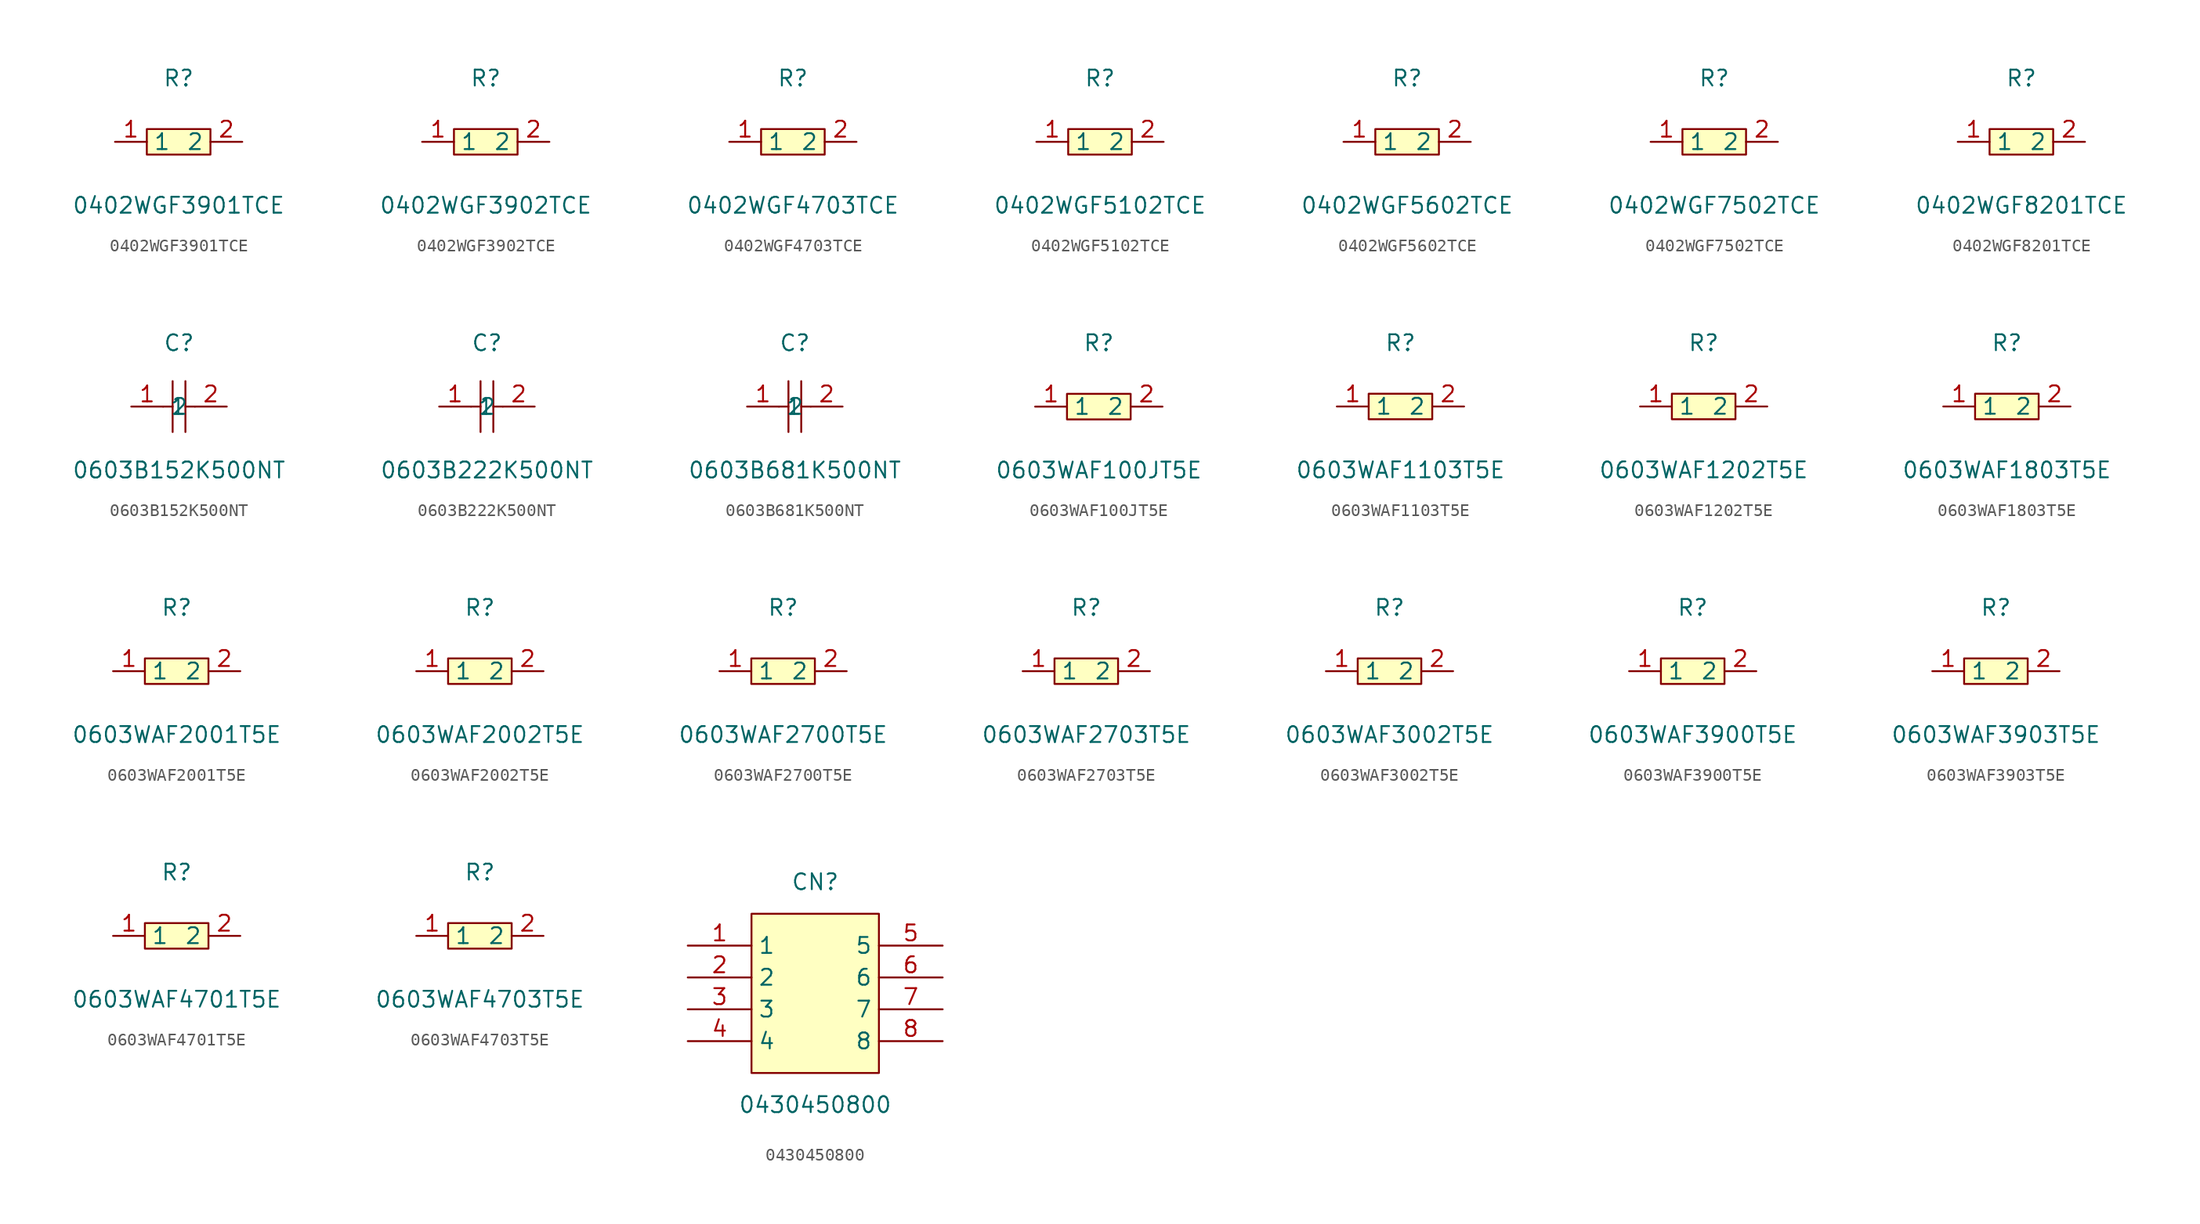
<source format=kicad_sym>
(kicad_symbol_lib
  (version 20231120)
  (generator "kicad_symbol_editor")
  (generator_version "8.0")
  (symbol "0402WGF3901TCE"
    (property "Reference" "R"
      (at 0 5.08 0)
      (effects (font (size 1.27 1.27))))
    (property "Value" "0402WGF3901TCE"
      (at 0 -5.08 0)
      (effects (font (size 1.27 1.27))))
    (symbol "0402WGF3901TCE_0_1"
      (rectangle (start -2.54 1.02) (end 2.54 -1.02) (stroke (width 0) (type default)) (fill (type background)))
      (pin input line (at -5.08 0 0) (length 2.54) (name "1" (effects (font (size 1.27 1.27)))) (number "1" (effects (font (size 1.27 1.27)))))
      (pin input line (at 5.08 0 180) (length 2.54) (name "2" (effects (font (size 1.27 1.27)))) (number "2" (effects (font (size 1.27 1.27)))))))
  (symbol "0402WGF3902TCE"
    (property "Reference" "R"
      (at 0 5.08 0)
      (effects (font (size 1.27 1.27))))
    (property "Value" "0402WGF3902TCE"
      (at 0 -5.08 0)
      (effects (font (size 1.27 1.27))))
    (symbol "0402WGF3902TCE_0_1"
      (rectangle (start -2.54 1.02) (end 2.54 -1.02) (stroke (width 0) (type default)) (fill (type background)))
      (pin input line (at -5.08 0 0) (length 2.54) (name "1" (effects (font (size 1.27 1.27)))) (number "1" (effects (font (size 1.27 1.27)))))
      (pin input line (at 5.08 0 180) (length 2.54) (name "2" (effects (font (size 1.27 1.27)))) (number "2" (effects (font (size 1.27 1.27)))))))
  (symbol "0402WGF4703TCE"
    (property "Reference" "R"
      (at 0 5.08 0)
      (effects (font (size 1.27 1.27))))
    (property "Value" "0402WGF4703TCE"
      (at 0 -5.08 0)
      (effects (font (size 1.27 1.27))))
    (symbol "0402WGF4703TCE_0_1"
      (rectangle (start -2.54 1.02) (end 2.54 -1.02) (stroke (width 0) (type default)) (fill (type background)))
      (pin input line (at -5.08 0 0) (length 2.54) (name "1" (effects (font (size 1.27 1.27)))) (number "1" (effects (font (size 1.27 1.27)))))
      (pin input line (at 5.08 0 180) (length 2.54) (name "2" (effects (font (size 1.27 1.27)))) (number "2" (effects (font (size 1.27 1.27)))))))
  (symbol "0402WGF5102TCE"
    (property "Reference" "R"
      (at 0 5.08 0)
      (effects (font (size 1.27 1.27))))
    (property "Value" "0402WGF5102TCE"
      (at 0 -5.08 0)
      (effects (font (size 1.27 1.27))))
    (symbol "0402WGF5102TCE_0_1"
      (rectangle (start -2.54 1.02) (end 2.54 -1.02) (stroke (width 0) (type default)) (fill (type background)))
      (pin input line (at -5.08 0 0) (length 2.54) (name "1" (effects (font (size 1.27 1.27)))) (number "1" (effects (font (size 1.27 1.27)))))
      (pin input line (at 5.08 0 180) (length 2.54) (name "2" (effects (font (size 1.27 1.27)))) (number "2" (effects (font (size 1.27 1.27)))))))
  (symbol "0402WGF5602TCE"
    (property "Reference" "R"
      (at 0 5.08 0)
      (effects (font (size 1.27 1.27))))
    (property "Value" "0402WGF5602TCE"
      (at 0 -5.08 0)
      (effects (font (size 1.27 1.27))))
    (symbol "0402WGF5602TCE_0_1"
      (rectangle (start -2.54 1.02) (end 2.54 -1.02) (stroke (width 0) (type default)) (fill (type background)))
      (pin input line (at -5.08 0 0) (length 2.54) (name "1" (effects (font (size 1.27 1.27)))) (number "1" (effects (font (size 1.27 1.27)))))
      (pin input line (at 5.08 0 180) (length 2.54) (name "2" (effects (font (size 1.27 1.27)))) (number "2" (effects (font (size 1.27 1.27)))))))
  (symbol "0402WGF7502TCE"
    (property "Reference" "R"
      (at 0 5.08 0)
      (effects (font (size 1.27 1.27))))
    (property "Value" "0402WGF7502TCE"
      (at 0 -5.08 0)
      (effects (font (size 1.27 1.27))))
    (symbol "0402WGF7502TCE_0_1"
      (rectangle (start -2.54 1.02) (end 2.54 -1.02) (stroke (width 0) (type default)) (fill (type background)))
      (pin input line (at -5.08 0 0) (length 2.54) (name "1" (effects (font (size 1.27 1.27)))) (number "1" (effects (font (size 1.27 1.27)))))
      (pin input line (at 5.08 0 180) (length 2.54) (name "2" (effects (font (size 1.27 1.27)))) (number "2" (effects (font (size 1.27 1.27)))))))
  (symbol "0402WGF8201TCE"
    (property "Reference" "R"
      (at 0 5.08 0)
      (effects (font (size 1.27 1.27))))
    (property "Value" "0402WGF8201TCE"
      (at 0 -5.08 0)
      (effects (font (size 1.27 1.27))))
    (symbol "0402WGF8201TCE_0_1"
      (rectangle (start -2.54 1.02) (end 2.54 -1.02) (stroke (width 0) (type default)) (fill (type background)))
      (pin input line (at -5.08 0 0) (length 2.54) (name "1" (effects (font (size 1.27 1.27)))) (number "1" (effects (font (size 1.27 1.27)))))
      (pin input line (at 5.08 0 180) (length 2.54) (name "2" (effects (font (size 1.27 1.27)))) (number "2" (effects (font (size 1.27 1.27)))))))
  (symbol "0603B152K500NT"
    (property "Reference" "C"
      (at 0 5.08 0)
      (effects (font (size 1.27 1.27))))
    (property "Value" "0603B152K500NT"
      (at 0 -5.08 0)
      (effects (font (size 1.27 1.27))))
    (symbol "0603B152K500NT_0_1"
      (polyline (pts (xy -1.27 0) (xy -0.51 0)) (stroke (width 0) (type default)) (fill (type none)))
      (polyline (pts (xy -0.51 2.03) (xy -0.51 -2.03)) (stroke (width 0) (type default)) (fill (type none)))
      (polyline (pts (xy 0.51 0) (xy 1.27 0)) (stroke (width 0) (type default)) (fill (type none)))
      (polyline (pts (xy 0.51 2.03) (xy 0.51 -2.03)) (stroke (width 0) (type default)) (fill (type none)))
      (pin input line (at -3.81 0 0) (length 2.54) (name "1" (effects (font (size 1.27 1.27)))) (number "1" (effects (font (size 1.27 1.27)))))
      (pin input line (at 3.81 0 180) (length 2.54) (name "2" (effects (font (size 1.27 1.27)))) (number "2" (effects (font (size 1.27 1.27)))))))
  (symbol "0603B222K500NT"
    (property "Reference" "C"
      (at 0 5.08 0)
      (effects (font (size 1.27 1.27))))
    (property "Value" "0603B222K500NT"
      (at 0 -5.08 0)
      (effects (font (size 1.27 1.27))))
    (symbol "0603B222K500NT_0_1"
      (polyline (pts (xy -1.27 0) (xy -0.51 0)) (stroke (width 0) (type default)) (fill (type none)))
      (polyline (pts (xy -0.51 2.03) (xy -0.51 -2.03)) (stroke (width 0) (type default)) (fill (type none)))
      (polyline (pts (xy 0.51 0) (xy 1.27 0)) (stroke (width 0) (type default)) (fill (type none)))
      (polyline (pts (xy 0.51 2.03) (xy 0.51 -2.03)) (stroke (width 0) (type default)) (fill (type none)))
      (pin input line (at -3.81 0 0) (length 2.54) (name "1" (effects (font (size 1.27 1.27)))) (number "1" (effects (font (size 1.27 1.27)))))
      (pin input line (at 3.81 0 180) (length 2.54) (name "2" (effects (font (size 1.27 1.27)))) (number "2" (effects (font (size 1.27 1.27)))))))
  (symbol "0603B681K500NT"
    (property "Reference" "C"
      (at 0 5.08 0)
      (effects (font (size 1.27 1.27))))
    (property "Value" "0603B681K500NT"
      (at 0 -5.08 0)
      (effects (font (size 1.27 1.27))))
    (symbol "0603B681K500NT_0_1"
      (polyline (pts (xy -1.27 0) (xy -0.51 0)) (stroke (width 0) (type default)) (fill (type none)))
      (polyline (pts (xy -0.51 2.03) (xy -0.51 -2.03)) (stroke (width 0) (type default)) (fill (type none)))
      (polyline (pts (xy 0.51 0) (xy 1.27 0)) (stroke (width 0) (type default)) (fill (type none)))
      (polyline (pts (xy 0.51 2.03) (xy 0.51 -2.03)) (stroke (width 0) (type default)) (fill (type none)))
      (pin input line (at -3.81 0 0) (length 2.54) (name "1" (effects (font (size 1.27 1.27)))) (number "1" (effects (font (size 1.27 1.27)))))
      (pin input line (at 3.81 0 180) (length 2.54) (name "2" (effects (font (size 1.27 1.27)))) (number "2" (effects (font (size 1.27 1.27)))))))
  (symbol "0603WAF100JT5E"
    (property "Reference" "R"
      (at 0 5.08 0)
      (effects (font (size 1.27 1.27))))
    (property "Value" "0603WAF100JT5E"
      (at 0 -5.08 0)
      (effects (font (size 1.27 1.27))))
    (symbol "0603WAF100JT5E_0_1"
      (rectangle (start -2.54 1.02) (end 2.54 -1.02) (stroke (width 0) (type default) (color 0 0 0 0)) (fill (type background)))
      (pin input line (at 5.08 -0.00 180) (length 2.54) (name "2" (effects (font (size 1.27 1.27)))) (number "2" (effects (font (size 1.27 1.27)))))
      (pin input line (at -5.08 -0.00 0) (length 2.54) (name "1" (effects (font (size 1.27 1.27)))) (number "1" (effects (font (size 1.27 1.27)))))))
  (symbol "0603WAF1103T5E"
    (property "Reference" "R"
      (at 0 5.08 0)
      (effects (font (size 1.27 1.27))))
    (property "Value" "0603WAF1103T5E"
      (at 0 -5.08 0)
      (effects (font (size 1.27 1.27))))
    (symbol "0603WAF1103T5E_0_1"
      (rectangle (start -2.54 1.02) (end 2.54 -1.02) (stroke (width 0) (type default)) (fill (type background)))
      (pin input line (at -5.08 0 0) (length 2.54) (name "1" (effects (font (size 1.27 1.27)))) (number "1" (effects (font (size 1.27 1.27)))))
      (pin input line (at 5.08 0 180) (length 2.54) (name "2" (effects (font (size 1.27 1.27)))) (number "2" (effects (font (size 1.27 1.27)))))))
  (symbol "0603WAF1202T5E"
    (property "Reference" "R"
      (at 0 5.08 0)
      (effects (font (size 1.27 1.27))))
    (property "Value" "0603WAF1202T5E"
      (at 0 -5.08 0)
      (effects (font (size 1.27 1.27))))
    (symbol "0603WAF1202T5E_0_1"
      (rectangle (start -2.54 1.02) (end 2.54 -1.02) (stroke (width 0) (type default)) (fill (type background)))
      (pin input line (at -5.08 0 0) (length 2.54) (name "1" (effects (font (size 1.27 1.27)))) (number "1" (effects (font (size 1.27 1.27)))))
      (pin input line (at 5.08 0 180) (length 2.54) (name "2" (effects (font (size 1.27 1.27)))) (number "2" (effects (font (size 1.27 1.27)))))))
  (symbol "0603WAF1803T5E"
    (property "Reference" "R"
      (at 0 5.08 0)
      (effects (font (size 1.27 1.27))))
    (property "Value" "0603WAF1803T5E"
      (at 0 -5.08 0)
      (effects (font (size 1.27 1.27))))
    (symbol "0603WAF1803T5E_0_1"
      (rectangle (start -2.54 1.02) (end 2.54 -1.02) (stroke (width 0) (type default)) (fill (type background)))
      (pin input line (at -5.08 0 0) (length 2.54) (name "1" (effects (font (size 1.27 1.27)))) (number "1" (effects (font (size 1.27 1.27)))))
      (pin input line (at 5.08 0 180) (length 2.54) (name "2" (effects (font (size 1.27 1.27)))) (number "2" (effects (font (size 1.27 1.27)))))))
  (symbol "0603WAF2001T5E"
    (property "Reference" "R"
      (at 0 5.08 0)
      (effects (font (size 1.27 1.27))))
    (property "Value" "0603WAF2001T5E"
      (at 0 -5.08 0)
      (effects (font (size 1.27 1.27))))
    (symbol "0603WAF2001T5E_0_1"
      (rectangle (start -2.54 1.02) (end 2.54 -1.02) (stroke (width 0) (type default)) (fill (type background)))
      (pin input line (at -5.08 0 0) (length 2.54) (name "1" (effects (font (size 1.27 1.27)))) (number "1" (effects (font (size 1.27 1.27)))))
      (pin input line (at 5.08 0 180) (length 2.54) (name "2" (effects (font (size 1.27 1.27)))) (number "2" (effects (font (size 1.27 1.27)))))))
  (symbol "0603WAF2002T5E"
    (property "Reference" "R"
      (at 0 5.08 0)
      (effects (font (size 1.27 1.27))))
    (property "Value" "0603WAF2002T5E"
      (at 0 -5.08 0)
      (effects (font (size 1.27 1.27))))
    (symbol "0603WAF2002T5E_0_1"
      (rectangle (start -2.54 1.02) (end 2.54 -1.02) (stroke (width 0) (type default)) (fill (type background)))
      (pin input line (at -5.08 0 0) (length 2.54) (name "1" (effects (font (size 1.27 1.27)))) (number "1" (effects (font (size 1.27 1.27)))))
      (pin input line (at 5.08 0 180) (length 2.54) (name "2" (effects (font (size 1.27 1.27)))) (number "2" (effects (font (size 1.27 1.27)))))))
  (symbol "0603WAF2700T5E"
    (property "Reference" "R"
      (at 0 5.08 0)
      (effects (font (size 1.27 1.27))))
    (property "Value" "0603WAF2700T5E"
      (at 0 -5.08 0)
      (effects (font (size 1.27 1.27))))
    (symbol "0603WAF2700T5E_0_1"
      (rectangle (start -2.54 1.02) (end 2.54 -1.02) (stroke (width 0) (type default)) (fill (type background)))
      (pin input line (at -5.08 0 0) (length 2.54) (name "1" (effects (font (size 1.27 1.27)))) (number "1" (effects (font (size 1.27 1.27)))))
      (pin input line (at 5.08 0 180) (length 2.54) (name "2" (effects (font (size 1.27 1.27)))) (number "2" (effects (font (size 1.27 1.27)))))))
  (symbol "0603WAF2703T5E"
    (property "Reference" "R"
      (at 0 5.08 0)
      (effects (font (size 1.27 1.27))))
    (property "Value" "0603WAF2703T5E"
      (at 0 -5.08 0)
      (effects (font (size 1.27 1.27))))
    (symbol "0603WAF2703T5E_0_1"
      (rectangle (start -2.54 1.02) (end 2.54 -1.02) (stroke (width 0) (type default)) (fill (type background)))
      (pin input line (at -5.08 0 0) (length 2.54) (name "1" (effects (font (size 1.27 1.27)))) (number "1" (effects (font (size 1.27 1.27)))))
      (pin input line (at 5.08 0 180) (length 2.54) (name "2" (effects (font (size 1.27 1.27)))) (number "2" (effects (font (size 1.27 1.27)))))))
  (symbol "0603WAF3002T5E"
    (property "Reference" "R"
      (at 0 5.08 0)
      (effects (font (size 1.27 1.27))))
    (property "Value" "0603WAF3002T5E"
      (at 0 -5.08 0)
      (effects (font (size 1.27 1.27))))
    (symbol "0603WAF3002T5E_0_1"
      (rectangle (start -2.54 1.02) (end 2.54 -1.02) (stroke (width 0) (type default)) (fill (type background)))
      (pin input line (at -5.08 0 0) (length 2.54) (name "1" (effects (font (size 1.27 1.27)))) (number "1" (effects (font (size 1.27 1.27)))))
      (pin input line (at 5.08 0 180) (length 2.54) (name "2" (effects (font (size 1.27 1.27)))) (number "2" (effects (font (size 1.27 1.27)))))))
  (symbol "0603WAF3900T5E"
    (property "Reference" "R"
      (at 0 5.08 0)
      (effects (font (size 1.27 1.27))))
    (property "Value" "0603WAF3900T5E"
      (at 0 -5.08 0)
      (effects (font (size 1.27 1.27))))
    (symbol "0603WAF3900T5E_0_1"
      (rectangle (start -2.54 1.02) (end 2.54 -1.02) (stroke (width 0) (type default)) (fill (type background)))
      (pin input line (at -5.08 0 0) (length 2.54) (name "1" (effects (font (size 1.27 1.27)))) (number "1" (effects (font (size 1.27 1.27)))))
      (pin input line (at 5.08 0 180) (length 2.54) (name "2" (effects (font (size 1.27 1.27)))) (number "2" (effects (font (size 1.27 1.27)))))))
  (symbol "0603WAF3903T5E"
    (property "Reference" "R"
      (at 0 5.08 0)
      (effects (font (size 1.27 1.27))))
    (property "Value" "0603WAF3903T5E"
      (at 0 -5.08 0)
      (effects (font (size 1.27 1.27))))
    (symbol "0603WAF3903T5E_0_1"
      (rectangle (start -2.54 1.02) (end 2.54 -1.02) (stroke (width 0) (type default)) (fill (type background)))
      (pin input line (at -5.08 0 0) (length 2.54) (name "1" (effects (font (size 1.27 1.27)))) (number "1" (effects (font (size 1.27 1.27)))))
      (pin input line (at 5.08 0 180) (length 2.54) (name "2" (effects (font (size 1.27 1.27)))) (number "2" (effects (font (size 1.27 1.27)))))))
  (symbol "0603WAF4701T5E"
    (property "Reference" "R"
      (at 0 5.08 0)
      (effects (font (size 1.27 1.27))))
    (property "Value" "0603WAF4701T5E"
      (at 0 -5.08 0)
      (effects (font (size 1.27 1.27))))
    (symbol "0603WAF4701T5E_0_1"
      (rectangle (start -2.54 1.02) (end 2.54 -1.02) (stroke (width 0) (type default)) (fill (type background)))
      (pin input line (at -5.08 0 0) (length 2.54) (name "1" (effects (font (size 1.27 1.27)))) (number "1" (effects (font (size 1.27 1.27)))))
      (pin input line (at 5.08 0 180) (length 2.54) (name "2" (effects (font (size 1.27 1.27)))) (number "2" (effects (font (size 1.27 1.27)))))))
  (symbol "0603WAF4703T5E"
    (property "Reference" "R"
      (at 0 5.08 0)
      (effects (font (size 1.27 1.27))))
    (property "Value" "0603WAF4703T5E"
      (at 0 -5.08 0)
      (effects (font (size 1.27 1.27))))
    (symbol "0603WAF4703T5E_0_1"
      (rectangle (start -2.54 1.02) (end 2.54 -1.02) (stroke (width 0) (type default)) (fill (type background)))
      (pin input line (at -5.08 0 0) (length 2.54) (name "1" (effects (font (size 1.27 1.27)))) (number "1" (effects (font (size 1.27 1.27)))))
      (pin input line (at 5.08 0 180) (length 2.54) (name "2" (effects (font (size 1.27 1.27)))) (number "2" (effects (font (size 1.27 1.27)))))))
  (symbol "0430450800"
    (property "Reference" "CN"
      (at 0 8.89 0)
      (effects (font (size 1.27 1.27))))
    (property "Value" "0430450800"
      (at 0 -8.89 0)
      (effects (font (size 1.27 1.27))))
    (symbol "0430450800_0_1"
      (rectangle (start -5.08 6.35) (end 5.08 -6.35) (stroke (width 0) (type default)) (fill (type background)))
      (pin unspecified line (at -10.16 3.81 0) (length 5.08) (name "1" (effects (font (size 1.27 1.27)))) (number "1" (effects (font (size 1.27 1.27)))))
      (pin unspecified line (at -10.16 1.27 0) (length 5.08) (name "2" (effects (font (size 1.27 1.27)))) (number "2" (effects (font (size 1.27 1.27)))))
      (pin unspecified line (at -10.16 -1.27 0) (length 5.08) (name "3" (effects (font (size 1.27 1.27)))) (number "3" (effects (font (size 1.27 1.27)))))
      (pin unspecified line (at -10.16 -3.81 0) (length 5.08) (name "4" (effects (font (size 1.27 1.27)))) (number "4" (effects (font (size 1.27 1.27)))))
      (pin unspecified line (at 10.16 3.81 180) (length 5.08) (name "5" (effects (font (size 1.27 1.27)))) (number "5" (effects (font (size 1.27 1.27)))))
      (pin unspecified line (at 10.16 1.27 180) (length 5.08) (name "6" (effects (font (size 1.27 1.27)))) (number "6" (effects (font (size 1.27 1.27)))))
      (pin unspecified line (at 10.16 -1.27 180) (length 5.08) (name "7" (effects (font (size 1.27 1.27)))) (number "7" (effects (font (size 1.27 1.27)))))
      (pin unspecified line (at 10.16 -3.81 180) (length 5.08) (name "8" (effects (font (size 1.27 1.27)))) (number "8" (effects (font (size 1.27 1.27))))))))
</source>
